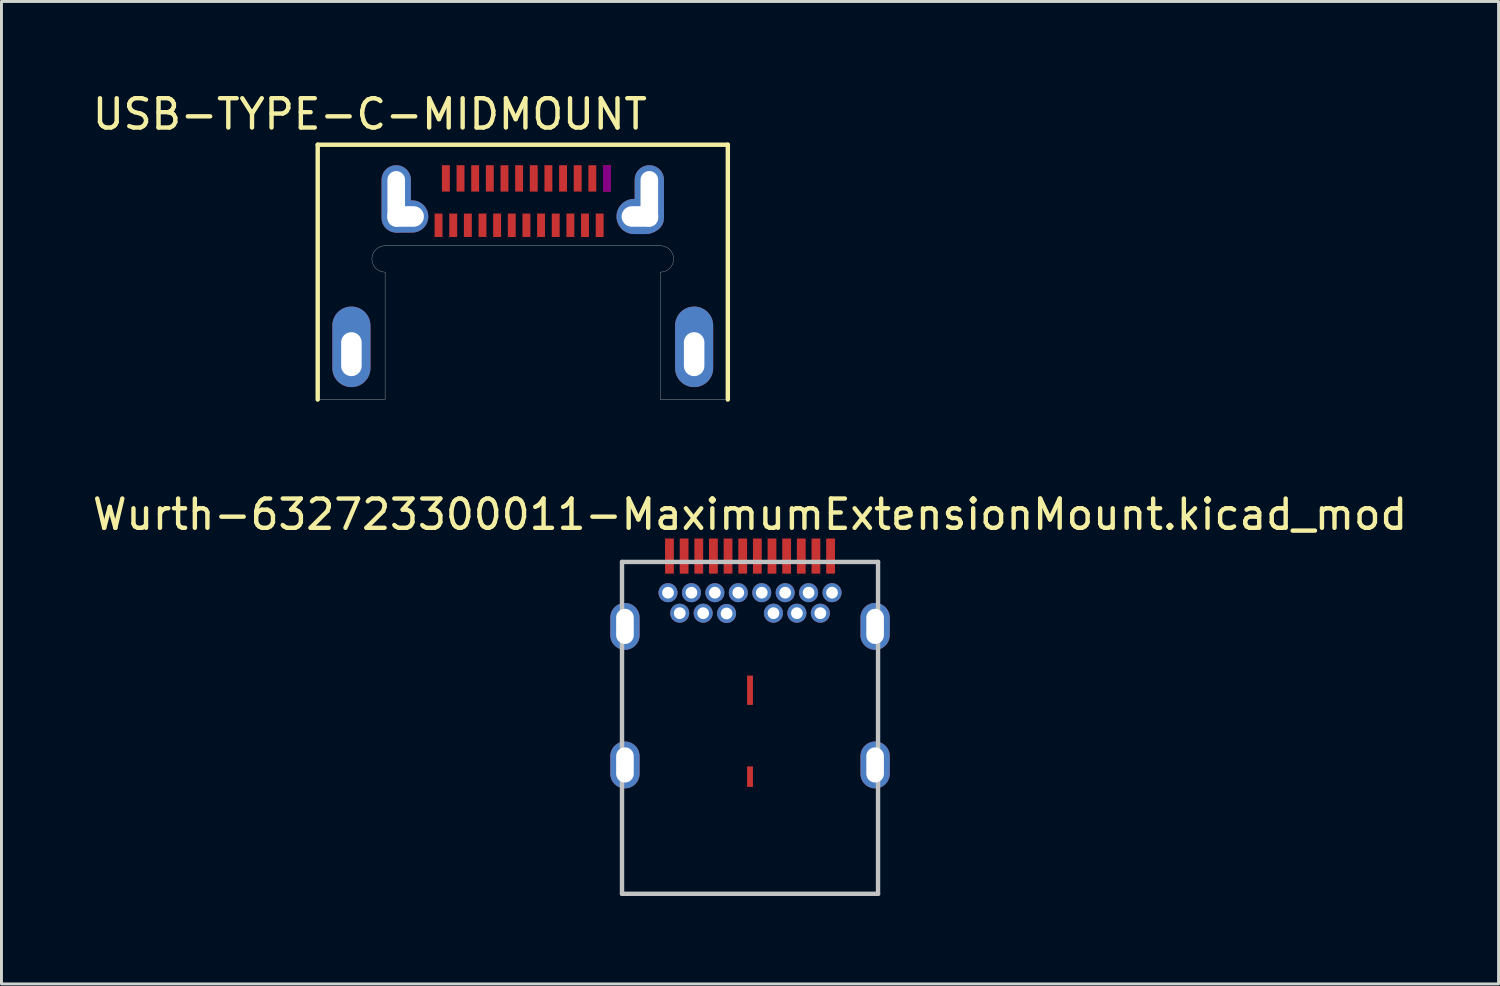
<source format=kicad_pcb>
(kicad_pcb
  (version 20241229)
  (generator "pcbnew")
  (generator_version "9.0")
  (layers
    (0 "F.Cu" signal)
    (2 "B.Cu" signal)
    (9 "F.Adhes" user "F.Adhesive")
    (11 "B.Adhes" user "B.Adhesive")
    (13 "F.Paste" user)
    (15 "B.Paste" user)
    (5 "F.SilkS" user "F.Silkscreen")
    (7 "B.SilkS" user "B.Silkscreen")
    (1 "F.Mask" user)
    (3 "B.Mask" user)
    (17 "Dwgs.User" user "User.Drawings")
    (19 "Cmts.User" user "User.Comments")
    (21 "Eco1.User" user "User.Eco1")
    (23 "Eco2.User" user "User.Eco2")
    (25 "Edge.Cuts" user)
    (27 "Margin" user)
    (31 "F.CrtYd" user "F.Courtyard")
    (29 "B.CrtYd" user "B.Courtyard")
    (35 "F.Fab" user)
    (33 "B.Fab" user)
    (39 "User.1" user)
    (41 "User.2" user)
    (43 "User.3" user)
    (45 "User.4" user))
  (footprint "USB-TYPE-C-MIDMOUNT"
    (layer "F.Cu")
    (at 14.796 3.74)
    (property "Reference" "USB-TYPE-C-MIDMOUNT" (at -5.219 -2.892 0) (layer "F.SilkS") (effects (font (size 1 1) (thickness 0.15))))
    (attr through_hole)
    (fp_line (start -7 -1.85) (end 7 -1.85) (stroke (width 0.15) (type solid)) (layer "F.SilkS"))
    (fp_line (start -7 6.85) (end -7 -1.85) (stroke (width 0.15) (type solid)) (layer "F.SilkS"))
    (fp_line (start 7 -1.85) (end 7 6.85) (stroke (width 0.15) (type solid)) (layer "F.SilkS"))
    (fp_line (start -7 6.85) (end -4.7 6.85) (stroke (width 0.01) (type solid)) (layer "Edge.Cuts"))
    (fp_line (start -4.7 2.5) (end -4.7 6.85) (stroke (width 0.01) (type solid)) (layer "Edge.Cuts"))
    (fp_line (start 4.7 1.6) (end -4.7 1.6) (stroke (width 0.01) (type solid)) (layer "Edge.Cuts"))
    (fp_line (start 4.7 2.5) (end 4.7 6.85) (stroke (width 0.01) (type solid)) (layer "Edge.Cuts"))
    (fp_line (start 7 6.85) (end 4.7 6.85) (stroke (width 0.01) (type solid)) (layer "Edge.Cuts"))
    (fp_arc (start -4.7 2.5) (mid -5.15 2.05) (end -4.7 1.6) (stroke (width 0.01) (type solid)) (layer "Edge.Cuts"))
    (fp_arc (start 4.7 1.6) (mid 5.15 2.05) (end 4.7 2.5) (stroke (width 0.01) (type solid)) (layer "Edge.Cuts"))
    (pad "A1" smd rect (at -2.625 -0.7) (size 0.27 0.9) (layers "F.Cu" "F.Mask" "F.Paste"))
    (pad "A2" smd rect (at -2.125 -0.7) (size 0.27 0.9) (layers "F.Cu" "F.Mask" "F.Paste"))
    (pad "A3" smd rect (at -1.625 -0.7) (size 0.27 0.9) (layers "F.Cu" "F.Mask" "F.Paste"))
    (pad "A4" smd rect (at -1.125 -0.7) (size 0.27 0.9) (layers "F.Cu" "F.Mask" "F.Paste"))
    (pad "A5" smd rect (at -0.625 -0.7) (size 0.27 0.9) (layers "F.Cu" "F.Mask" "F.Paste"))
    (pad "A6" smd rect (at -0.125 -0.7) (size 0.27 0.9) (layers "F.Cu" "F.Mask" "F.Paste"))
    (pad "A7" smd rect (at 0.375 -0.7) (size 0.27 0.9) (layers "F.Cu" "F.Mask" "F.Paste"))
    (pad "A8" smd rect (at 0.875 -0.7) (size 0.27 0.9) (layers "F.Cu" "F.Mask" "F.Paste"))
    (pad "A9" smd rect (at 1.375 -0.7) (size 0.27 0.9) (layers "F.Cu" "F.Mask" "F.Paste"))
    (pad "A10" smd rect (at 1.875 -0.7) (size 0.27 0.9) (layers "F.Cu" "F.Mask" "F.Paste"))
    (pad "A11" smd rect (at 2.375 -0.7) (size 0.27 0.9) (layers "F.Cu" "F.Mask" "F.Paste"))
    (pad "A12" smd rect (at 2.875 -0.7) (size 0.27 0.9) (layers "F.Cu" "F.Mask" "F.Adhes" "F.Paste"))
    (pad "B1" smd rect (at 2.625 0.9) (size 0.27 0.8) (layers "F.Cu" "F.Mask" "F.Paste"))
    (pad "B2" smd rect (at 2.125 0.9) (size 0.27 0.8) (layers "F.Cu" "F.Mask" "F.Paste"))
    (pad "B3" smd rect (at 1.625 0.9) (size 0.27 0.8) (layers "F.Cu" "F.Mask" "F.Paste"))
    (pad "B4" smd rect (at 1.125 0.9) (size 0.27 0.8) (layers "F.Cu" "F.Mask" "F.Paste"))
    (pad "B5" smd rect (at 0.625 0.9) (size 0.27 0.8) (layers "F.Cu" "F.Mask" "F.Paste"))
    (pad "B6" smd rect (at 0.125 0.9) (size 0.27 0.8) (layers "F.Cu" "F.Mask" "F.Paste"))
    (pad "B7" smd rect (at -0.375 0.9) (size 0.27 0.8) (layers "F.Cu" "F.Mask" "F.Paste"))
    (pad "B8" smd rect (at -0.875 0.9) (size 0.27 0.8) (layers "F.Cu" "F.Mask" "F.Paste"))
    (pad "B9" smd rect (at -1.375 0.9) (size 0.27 0.8) (layers "F.Cu" "F.Mask" "F.Paste"))
    (pad "B10" smd rect (at -1.875 0.9) (size 0.27 0.8) (layers "F.Cu" "F.Mask" "F.Paste"))
    (pad "B11" smd rect (at -2.375 0.9) (size 0.27 0.8) (layers "F.Cu" "F.Mask" "F.Paste"))
    (pad "B12" smd rect (at -2.875 0.9) (size 0.27 0.8) (layers "F.Cu" "F.Mask" "F.Paste"))
    (pad "S" thru_hole oval (at -5.85 5.3) (size 1.3 2.75) (drill oval 0.7 1.5 (offset 0 -0.25)) (layers "*.Cu" "*.Mask"))
    (pad "S" thru_hole oval (at 4 0.6) (size 1.6 1.2) (drill oval 1.25 0.7) (layers "*.Cu" "*.Mask"))
    (pad "S" thru_hole oval (at 4.32 0) (size 1 2.3) (drill oval 0.6 1.9) (layers "*.Cu" "*.Mask"))
    (pad "S" thru_hole oval (at 5.85 5.3) (size 1.3 2.75) (drill oval 0.7 1.5 (offset 0 -0.25)) (layers "*.Cu" "*.Mask"))
    (pad "S1" thru_hole oval (at -4.32 0) (size 1 2.3) (drill oval 0.6 1.9) (layers "*.Cu" "*.Mask"))
    (pad "S1" thru_hole oval (at -4 0.6) (size 1.55 1.1) (drill oval 1.25 0.7) (layers "*.Cu" "*.Mask")))
  (footprint "Wurth-632723300011-MaximumExtensionMount.kicad_mod"
    (layer "F.Cu")
    (at 22.554 26.513)
    (property "Reference" "Wurth-632723300011-MaximumExtensionMount.kicad_mod" (at 0 -12 0) (layer "F.SilkS") (effects (font (size 1 1) (thickness 0.15))))
    (attr smd)
    (fp_line (start -4.37 -10.38) (end 4.37 -10.38) (stroke (width 0.15) (type solid)) (layer "Dwgs.User"))
    (fp_line (start -4.37 0.95) (end -4.37 -10.38) (stroke (width 0.15) (type solid)) (layer "Dwgs.User"))
    (fp_line (start -4.37 0.95) (end 4.37 0.95) (stroke (width 0.15) (type solid)) (layer "Dwgs.User"))
    (fp_line (start 4.37 0.95) (end 4.37 -10.38) (stroke (width 0.15) (type solid)) (layer "Dwgs.User"))
    (pad "1" smd rect (at -2.75 -10.58) (size 0.3 1.2) (layers "F.Cu" "F.Mask" "F.Paste"))
    (pad "2" smd rect (at -2.25 -10.58) (size 0.3 1.2) (layers "F.Cu" "F.Mask" "F.Paste"))
    (pad "3" smd rect (at -1.75 -10.58) (size 0.3 1.2) (layers "F.Cu" "F.Mask" "F.Paste"))
    (pad "4" smd rect (at -1.25 -10.58) (size 0.3 1.2) (layers "F.Cu" "F.Mask" "F.Paste"))
    (pad "5" smd rect (at -0.75 -10.58) (size 0.3 1.2) (layers "F.Cu" "F.Mask" "F.Paste"))
    (pad "6" smd rect (at -0.25 -10.58) (size 0.3 1.2) (layers "F.Cu" "F.Mask" "F.Paste"))
    (pad "7" smd rect (at 0.25 -10.58) (size 0.3 1.2) (layers "F.Cu" "F.Mask" "F.Paste"))
    (pad "8" smd rect (at 0.75 -10.58) (size 0.3 1.2) (layers "F.Cu" "F.Mask" "F.Paste"))
    (pad "9" smd rect (at 1.25 -10.58) (size 0.3 1.2) (layers "F.Cu" "F.Mask" "F.Paste"))
    (pad "10" smd rect (at 1.75 -10.58) (size 0.3 1.2) (layers "F.Cu" "F.Mask" "F.Paste"))
    (pad "11" smd rect (at 2.25 -10.58) (size 0.3 1.2) (layers "F.Cu" "F.Mask" "F.Paste"))
    (pad "12" smd rect (at 2.75 -10.58) (size 0.3 1.2) (layers "F.Cu" "F.Mask" "F.Paste"))
    (pad "13" thru_hole circle (at 2.8 -9.33) (size 0.65 0.65) (drill 0.4) (layers "*.Cu" "B.Mask"))
    (pad "14" thru_hole circle (at 2.4 -8.63) (size 0.65 0.65) (drill 0.4) (layers "*.Cu" "B.Mask"))
    (pad "15" thru_hole circle (at 1.6 -8.63) (size 0.65 0.65) (drill 0.4) (layers "*.Cu" "B.Mask"))
    (pad "16" thru_hole circle (at 1.2 -9.33) (size 0.65 0.65) (drill 0.4) (layers "*.Cu" "B.Mask"))
    (pad "17" thru_hole circle (at 0.8 -8.63) (size 0.65 0.65) (drill 0.4) (layers "*.Cu" "B.Mask"))
    (pad "18" thru_hole circle (at 0.4 -9.33) (size 0.65 0.65) (drill 0.4) (layers "*.Cu" "B.Mask"))
    (pad "19" thru_hole circle (at -0.4 -9.33) (size 0.65 0.65) (drill 0.4) (layers "*.Cu" "B.Mask"))
    (pad "20" thru_hole circle (at -0.8 -8.62) (size 0.65 0.65) (drill 0.4) (layers "*.Cu" "B.Mask"))
    (pad "21" thru_hole circle (at -1.2 -9.33) (size 0.65 0.65) (drill 0.4) (layers "*.Cu" "B.Mask"))
    (pad "22" thru_hole circle (at -1.6 -8.63) (size 0.65 0.65) (drill 0.4) (layers "*.Cu" "B.Mask"))
    (pad "23" thru_hole circle (at -2.4 -8.63) (size 0.65 0.65) (drill 0.4) (layers "*.Cu" "B.Mask"))
    (pad "24" thru_hole circle (at -2.8 -9.33) (size 0.65 0.65) (drill 0.4) (layers "*.Cu" "B.Mask"))
    (pad "25" thru_hole circle (at -2 -9.33) (size 0.65 0.65) (drill 0.4) (layers "*.Cu" "B.Mask"))
    (pad "25" thru_hole circle (at 2 -9.33) (size 0.65 0.65) (drill 0.4) (layers "*.Cu" "B.Mask"))
    (pad "26" thru_hole oval (at -4.27 -8.18) (size 1 1.6) (drill oval 0.6 1.2) (layers "*.Cu" "B.Mask"))
    (pad "26" thru_hole oval (at -4.27 -3.45) (size 1 1.6) (drill oval 0.6 1.2) (layers "*.Cu" "B.Mask"))
    (pad "26" thru_hole oval (at 4.27 -8.18) (size 1 1.6) (drill oval 0.6 1.2) (layers "*.Cu" "B.Mask"))
    (pad "26" thru_hole oval (at 4.27 -3.45) (size 1 1.6) (drill oval 0.6 1.2) (layers "*.Cu" "B.Mask"))
    (pad "27" smd rect (at 0 -6) (size 0.2 1) (layers "F.Cu" "F.Mask" "F.Paste"))
    (pad "27" smd rect (at 0 -3.05) (size 0.2 0.7) (layers "F.Cu" "F.Mask" "F.Paste")))
  (gr_rect
    (start -3 -3)
    (end 48.107 30.538)
    (stroke (width 0.1) (type default))
    (fill no)
    (layer "Edge.Cuts")))
</source>
